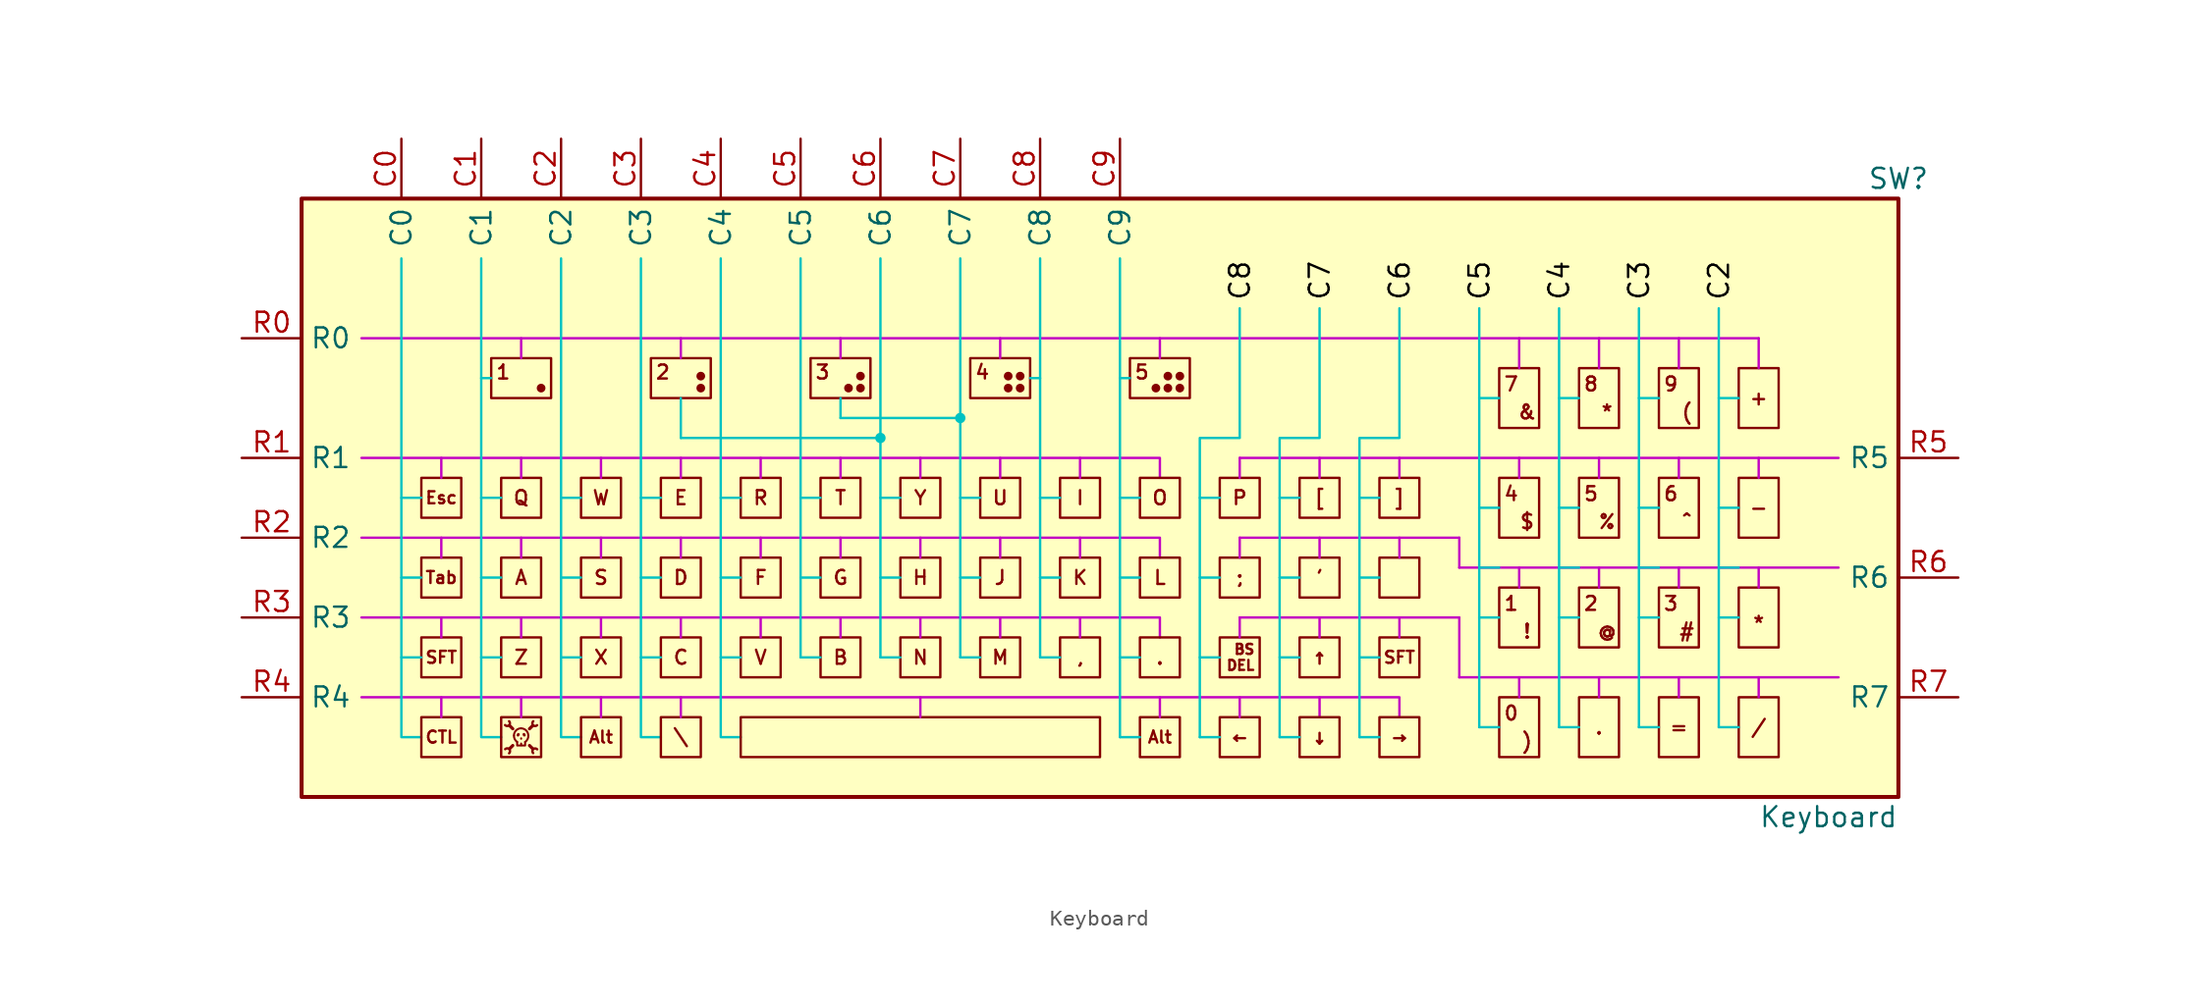
<source format=kicad_sym>
(kicad_symbol_lib
  (version 20241209)
  (generator "kicad_symbol_editor")
  (generator_version "9.0")
  (symbol "Keyboard"
    (property "Reference" "SW"
      (at 50.8 20.32 0)
      (effects (font (size 1.27 1.27))))
    (property "Value" "Keyboard"
      (at 46.355 -20.32 0)
      (effects (font (size 1.27 1.27))))
    (symbol "Keyboard_0_0"
      (pin bidirectional line (at -54.61 10.16 0) (length 3.81) (name "R0" (effects (font (size 1.27 1.27)))) (number "R0" (effects (font (size 1.27 1.27)))))
      (pin bidirectional line (at -54.61 2.54 0) (length 3.81) (name "R1" (effects (font (size 1.27 1.27)))) (number "R1" (effects (font (size 1.27 1.27)))))
      (pin bidirectional line (at -54.61 -2.54 0) (length 3.81) (name "R2" (effects (font (size 1.27 1.27)))) (number "R2" (effects (font (size 1.27 1.27)))))
      (pin bidirectional line (at -54.61 -7.62 0) (length 3.81) (name "R3" (effects (font (size 1.27 1.27)))) (number "R3" (effects (font (size 1.27 1.27)))))
      (pin bidirectional line (at -54.61 -12.7 0) (length 3.81) (name "R4" (effects (font (size 1.27 1.27)))) (number "R4" (effects (font (size 1.27 1.27)))))
      (pin bidirectional line (at -44.45 22.86 270) (length 3.81) (name "C0" (effects (font (size 1.27 1.27)))) (number "C0" (effects (font (size 1.27 1.27)))))
      (pin bidirectional line (at -39.37 22.86 270) (length 3.81) (name "C1" (effects (font (size 1.27 1.27)))) (number "C1" (effects (font (size 1.27 1.27)))))
      (pin bidirectional line (at -34.29 22.86 270) (length 3.81) (name "C2" (effects (font (size 1.27 1.27)))) (number "C2" (effects (font (size 1.27 1.27)))))
      (pin bidirectional line (at -29.21 22.86 270) (length 3.81) (name "C3" (effects (font (size 1.27 1.27)))) (number "C3" (effects (font (size 1.27 1.27)))))
      (pin bidirectional line (at -24.13 22.86 270) (length 3.81) (name "C4" (effects (font (size 1.27 1.27)))) (number "C4" (effects (font (size 1.27 1.27)))))
      (pin bidirectional line (at -19.05 22.86 270) (length 3.81) (name "C5" (effects (font (size 1.27 1.27)))) (number "C5" (effects (font (size 1.27 1.27)))))
      (pin bidirectional line (at -13.97 22.86 270) (length 3.81) (name "C6" (effects (font (size 1.27 1.27)))) (number "C6" (effects (font (size 1.27 1.27)))))
      (pin bidirectional line (at -8.89 22.86 270) (length 3.81) (name "C7" (effects (font (size 1.27 1.27)))) (number "C7" (effects (font (size 1.27 1.27)))))
      (pin bidirectional line (at -3.81 22.86 270) (length 3.81) (name "C8" (effects (font (size 1.27 1.27)))) (number "C8" (effects (font (size 1.27 1.27)))))
      (pin bidirectional line (at 1.27 22.86 270) (length 3.81) (name "C9" (effects (font (size 1.27 1.27)))) (number "C9" (effects (font (size 1.27 1.27)))))
      (pin bidirectional line (at 54.61 2.54 180) (length 3.81) (name "R5" (effects (font (size 1.27 1.27)))) (number "R5" (effects (font (size 1.27 1.27))))))
    (symbol "Keyboard_0_1"
      (arc (start -37.5969 -14.2265) (mid -37.5974 -14.4833) (end -37.854 -14.472) (stroke (width 0) (type default)) (fill (type none)))
      (arc (start -37.8472 -16.0057) (mid -37.5904 -16.0062) (end -37.6017 -16.2628) (stroke (width 0) (type default)) (fill (type none)))
      (polyline (pts (xy -37.567 -15.977) (xy -37.363 -15.773)) (stroke (width 0.203) (type default)) (fill (type none)))
      (polyline (pts (xy -37.363 -14.707) (xy -37.567 -14.503)) (stroke (width 0.203) (type default)) (fill (type none)))
      (polyline (pts (xy -36.576 -15.545) (xy -36.576 -15.773) (xy -37.084 -15.773) (xy -37.084 -15.545)) (stroke (width 0.127) (type default)) (fill (type none)))
      (polyline (pts (xy -36.297 -14.707) (xy -36.093 -14.503)) (stroke (width 0.203) (type default)) (fill (type none)))
      (polyline (pts (xy -36.093 -15.977) (xy -36.297 -15.773)) (stroke (width 0.203) (type default)) (fill (type none)))
      (arc (start -35.814 -14.478) (mid -36.0708 -14.4775) (end -36.0595 -14.2209) (stroke (width 0) (type default)) (fill (type none)))
      (arc (start -36.0643 -16.2572) (mid -36.0638 -16.0004) (end -35.8072 -16.0117) (stroke (width 0) (type default)) (fill (type none))))
    (symbol "Keyboard_1_0"
      (polyline (pts (xy 19.787 -5.499) (xy 18.919 -5.499) (xy 18.919 -5.807) (xy 18.31 -5.2) (xy 18.466 -5.2) (xy 18.818 -5.551) (xy 18.818 -5.379) (xy 19.689 -5.379) (xy 19.689 -4.465) (xy 19.326 -4.465) (xy 19.326 -5.02) (xy 18.818 -5.02) (xy 18.818 -4.848) (xy 18.466 -5.2) (xy 18.31 -5.2) (xy 18.917 -4.592) (xy 18.917 -4.901) (xy 19.226 -4.901) (xy 19.226 -4.346) (xy 19.787 -4.346) (xy 19.787 -5.499)) (stroke (width -0.0001) (type solid)) (fill (type color) (color 132 0 0 1)))
      (pin bidirectional line (at 54.61 -5.08 180) (length 3.81) (name "R6" (effects (font (size 1.27 1.27)))) (number "R6" (effects (font (size 1.27 1.27)))))
      (pin bidirectional line (at 54.61 -12.7 180) (length 3.81) (name "R7" (effects (font (size 1.27 1.27)))) (number "R7" (effects (font (size 1.27 1.27))))))
    (symbol "Keyboard_1_1"
      (rectangle (start -50.8 19.05) (end 50.8 -19.05) (stroke (width 0.254) (type solid)) (fill (type background)))
      (polyline (pts (xy -46.99 10.16) (xy 41.91 10.16)) (stroke (width 0) (type default) (color 194 0 194 1)) (fill (type none)))
      (polyline (pts (xy -46.99 2.54) (xy 3.81 2.54) (xy 3.81 1.27)) (stroke (width 0) (type default) (color 194 0 194 1)) (fill (type none)))
      (polyline (pts (xy -46.99 -2.54) (xy 3.81 -2.54) (xy 3.81 -3.81)) (stroke (width 0) (type default) (color 194 0 194 1)) (fill (type none)))
      (polyline (pts (xy -46.99 -7.62) (xy 3.81 -7.62) (xy 3.81 -8.89)) (stroke (width 0) (type default) (color 194 0 194 1)) (fill (type none)))
      (polyline (pts (xy -46.99 -12.7) (xy 13.97 -12.7) (xy 13.97 -13.97)) (stroke (width 0) (type default) (color 194 0 194 1)) (fill (type none)))
      (polyline (pts (xy -44.45 15.24) (xy -44.45 -15.24) (xy -43.18 -15.24)) (stroke (width 0) (type default) (color 0 194 194 1)) (fill (type none)))
      (rectangle (start -43.18 1.27) (end -40.64 -1.27) (stroke (width 0) (type default)) (fill (type none)))
      (polyline (pts (xy -43.18 0) (xy -44.45 0)) (stroke (width 0) (type default) (color 0 194 194 1)) (fill (type none)))
      (rectangle (start -43.18 -3.81) (end -40.64 -6.35) (stroke (width 0) (type default)) (fill (type none)))
      (polyline (pts (xy -43.18 -5.08) (xy -44.45 -5.08)) (stroke (width 0) (type default) (color 0 194 194 1)) (fill (type none)))
      (rectangle (start -43.18 -8.89) (end -40.64 -11.43) (stroke (width 0) (type default)) (fill (type none)))
      (polyline (pts (xy -43.18 -10.16) (xy -44.45 -10.16)) (stroke (width 0) (type default) (color 0 194 194 1)) (fill (type none)))
      (rectangle (start -43.18 -13.97) (end -40.64 -16.51) (stroke (width 0) (type default)) (fill (type none)))
      (polyline (pts (xy -41.91 1.27) (xy -41.91 2.54)) (stroke (width 0) (type default) (color 194 0 194 1)) (fill (type none)))
      (polyline (pts (xy -41.91 -3.81) (xy -41.91 -2.54)) (stroke (width 0) (type default) (color 194 0 194 1)) (fill (type none)))
      (polyline (pts (xy -41.91 -8.89) (xy -41.91 -7.62)) (stroke (width 0) (type default) (color 194 0 194 1)) (fill (type none)))
      (polyline (pts (xy -41.91 -13.97) (xy -41.91 -12.7)) (stroke (width 0) (type default) (color 194 0 194 1)) (fill (type none)))
      (polyline (pts (xy -39.37 15.24) (xy -39.37 -15.24) (xy -38.1 -15.24)) (stroke (width 0) (type default) (color 0 194 194 1)) (fill (type none)))
      (rectangle (start -38.735 8.89) (end -34.925 6.35) (stroke (width 0) (type default)) (fill (type none)))
      (polyline (pts (xy -38.735 7.62) (xy -39.37 7.62)) (stroke (width 0) (type default) (color 0 194 194 1)) (fill (type none)))
      (rectangle (start -38.1 1.27) (end -35.56 -1.27) (stroke (width 0) (type default)) (fill (type none)))
      (polyline (pts (xy -38.1 0) (xy -39.37 0)) (stroke (width 0) (type default) (color 0 194 194 1)) (fill (type none)))
      (rectangle (start -38.1 -3.81) (end -35.56 -6.35) (stroke (width 0) (type default)) (fill (type none)))
      (polyline (pts (xy -38.1 -5.08) (xy -39.37 -5.08)) (stroke (width 0) (type default) (color 0 194 194 1)) (fill (type none)))
      (rectangle (start -38.1 -8.89) (end -35.56 -11.43) (stroke (width 0) (type default)) (fill (type none)))
      (polyline (pts (xy -38.1 -10.16) (xy -39.37 -10.16)) (stroke (width 0) (type default) (color 0 194 194 1)) (fill (type none)))
      (rectangle (start -38.1 -13.97) (end -35.56 -16.51) (stroke (width 0) (type default)) (fill (type none)))
      (polyline (pts (xy -37.033 -15.113) (xy -37.008 -15.062)) (stroke (width 0.178) (type default)) (fill (type none)))
      (arc (start -37.084 -15.5448) (mid -37.2396 -15.3686) (end -37.2872 -15.1384) (stroke (width 0.127) (type default)) (fill (type none)))
      (polyline (pts (xy -36.83 8.89) (xy -36.83 10.16)) (stroke (width 0) (type default) (color 194 0 194 1)) (fill (type none)))
      (polyline (pts (xy -36.83 1.27) (xy -36.83 2.54)) (stroke (width 0) (type default) (color 194 0 194 1)) (fill (type none)))
      (polyline (pts (xy -36.83 -3.81) (xy -36.83 -2.54)) (stroke (width 0) (type default) (color 194 0 194 1)) (fill (type none)))
      (polyline (pts (xy -36.83 -8.89) (xy -36.83 -7.62)) (stroke (width 0) (type default) (color 194 0 194 1)) (fill (type none)))
      (polyline (pts (xy -36.83 -13.97) (xy -36.83 -12.7)) (stroke (width 0) (type default) (color 194 0 194 1)) (fill (type none)))
      (arc (start -37.2872 -15.1384) (mid -37.1533 -14.8151) (end -36.83 -14.6812) (stroke (width 0.127) (type default)) (fill (type none)))
      (arc (start -36.83 -14.6812) (mid -36.5067 -14.8151) (end -36.3728 -15.1384) (stroke (width 0.127) (type default)) (fill (type none)))
      (polyline (pts (xy -36.83 -15.342) (xy -36.83 -15.316)) (stroke (width 0.127) (type default)) (fill (type none)))
      (polyline (pts (xy -36.83 -15.748) (xy -36.83 -15.646)) (stroke (width 0.127) (type default)) (fill (type none)))
      (arc (start -36.3728 -15.1384) (mid -36.4204 -15.3686) (end -36.576 -15.5448) (stroke (width 0.127) (type default)) (fill (type none)))
      (polyline (pts (xy -36.627 -15.113) (xy -36.652 -15.062)) (stroke (width 0.178) (type default)) (fill (type none)))
      (circle (center -35.56 6.985) (radius 0.203) (stroke (width 0) (type solid)) (fill (type outline)))
      (polyline (pts (xy -34.29 15.24) (xy -34.29 -15.24) (xy -33.02 -15.24)) (stroke (width 0) (type default) (color 0 194 194 1)) (fill (type none)))
      (rectangle (start -33.02 1.27) (end -30.48 -1.27) (stroke (width 0) (type default)) (fill (type none)))
      (polyline (pts (xy -33.02 0) (xy -34.29 0)) (stroke (width 0) (type default) (color 0 194 194 1)) (fill (type none)))
      (rectangle (start -33.02 -3.81) (end -30.48 -6.35) (stroke (width 0) (type default)) (fill (type none)))
      (polyline (pts (xy -33.02 -5.08) (xy -34.29 -5.08)) (stroke (width 0) (type default) (color 0 194 194 1)) (fill (type none)))
      (rectangle (start -33.02 -8.89) (end -30.48 -11.43) (stroke (width 0) (type default)) (fill (type none)))
      (polyline (pts (xy -33.02 -10.16) (xy -34.29 -10.16)) (stroke (width 0) (type default) (color 0 194 194 1)) (fill (type none)))
      (rectangle (start -33.02 -13.97) (end -30.48 -16.51) (stroke (width 0) (type default)) (fill (type none)))
      (polyline (pts (xy -31.75 1.27) (xy -31.75 2.54)) (stroke (width 0) (type default) (color 194 0 194 1)) (fill (type none)))
      (polyline (pts (xy -31.75 -3.81) (xy -31.75 -2.54)) (stroke (width 0) (type default) (color 194 0 194 1)) (fill (type none)))
      (polyline (pts (xy -31.75 -8.89) (xy -31.75 -7.62)) (stroke (width 0) (type default) (color 194 0 194 1)) (fill (type none)))
      (polyline (pts (xy -31.75 -13.97) (xy -31.75 -12.7)) (stroke (width 0) (type default) (color 194 0 194 1)) (fill (type none)))
      (polyline (pts (xy -29.21 15.24) (xy -29.21 -15.24) (xy -27.94 -15.24)) (stroke (width 0) (type default) (color 0 194 194 1)) (fill (type none)))
      (rectangle (start -28.575 8.89) (end -24.765 6.35) (stroke (width 0) (type default)) (fill (type none)))
      (rectangle (start -27.94 1.27) (end -25.4 -1.27) (stroke (width 0) (type default)) (fill (type none)))
      (polyline (pts (xy -27.94 0) (xy -29.21 0)) (stroke (width 0) (type default) (color 0 194 194 1)) (fill (type none)))
      (rectangle (start -27.94 -3.81) (end -25.4 -6.35) (stroke (width 0) (type default)) (fill (type none)))
      (polyline (pts (xy -27.94 -5.08) (xy -29.21 -5.08)) (stroke (width 0) (type default) (color 0 194 194 1)) (fill (type none)))
      (rectangle (start -27.94 -8.89) (end -25.4 -11.43) (stroke (width 0) (type default)) (fill (type none)))
      (polyline (pts (xy -27.94 -10.16) (xy -29.21 -10.16)) (stroke (width 0) (type default) (color 0 194 194 1)) (fill (type none)))
      (rectangle (start -27.94 -13.97) (end -25.4 -16.51) (stroke (width 0) (type default)) (fill (type none)))
      (polyline (pts (xy -26.67 8.89) (xy -26.67 10.16)) (stroke (width 0) (type default) (color 194 0 194 1)) (fill (type none)))
      (polyline (pts (xy -26.67 3.81) (xy -26.67 6.35)) (stroke (width 0) (type default) (color 0 194 194 1)) (fill (type none)))
      (polyline (pts (xy -26.67 1.27) (xy -26.67 2.54)) (stroke (width 0) (type default) (color 194 0 194 1)) (fill (type none)))
      (polyline (pts (xy -26.67 -3.81) (xy -26.67 -2.54)) (stroke (width 0) (type default) (color 194 0 194 1)) (fill (type none)))
      (polyline (pts (xy -26.67 -8.89) (xy -26.67 -7.62)) (stroke (width 0) (type default) (color 194 0 194 1)) (fill (type none)))
      (polyline (pts (xy -26.67 -13.97) (xy -26.67 -12.7)) (stroke (width 0) (type default) (color 194 0 194 1)) (fill (type none)))
      (circle (center -25.4 7.747) (radius 0.203) (stroke (width 0) (type solid)) (fill (type outline)))
      (circle (center -25.4 6.985) (radius 0.203) (stroke (width 0) (type solid)) (fill (type outline)))
      (polyline (pts (xy -24.13 15.24) (xy -24.13 -15.24) (xy -22.86 -15.24)) (stroke (width 0) (type default) (color 0 194 194 1)) (fill (type none)))
      (rectangle (start -22.86 1.27) (end -20.32 -1.27) (stroke (width 0) (type default)) (fill (type none)))
      (polyline (pts (xy -22.86 0) (xy -24.13 0)) (stroke (width 0) (type default) (color 0 194 194 1)) (fill (type none)))
      (rectangle (start -22.86 -3.81) (end -20.32 -6.35) (stroke (width 0) (type default)) (fill (type none)))
      (polyline (pts (xy -22.86 -5.08) (xy -24.13 -5.08)) (stroke (width 0) (type default) (color 0 194 194 1)) (fill (type none)))
      (rectangle (start -22.86 -8.89) (end -20.32 -11.43) (stroke (width 0) (type default)) (fill (type none)))
      (polyline (pts (xy -22.86 -10.16) (xy -24.13 -10.16)) (stroke (width 0) (type default) (color 0 194 194 1)) (fill (type none)))
      (rectangle (start -22.86 -13.97) (end 0 -16.51) (stroke (width 0) (type default)) (fill (type none)))
      (polyline (pts (xy -21.59 1.27) (xy -21.59 2.54)) (stroke (width 0) (type default) (color 194 0 194 1)) (fill (type none)))
      (polyline (pts (xy -21.59 -3.81) (xy -21.59 -2.54)) (stroke (width 0) (type default) (color 194 0 194 1)) (fill (type none)))
      (polyline (pts (xy -21.59 -8.89) (xy -21.59 -7.62)) (stroke (width 0) (type default) (color 194 0 194 1)) (fill (type none)))
      (polyline (pts (xy -19.05 15.24) (xy -19.05 -10.16)) (stroke (width 0) (type default) (color 0 194 194 1)) (fill (type none)))
      (rectangle (start -18.415 8.89) (end -14.605 6.35) (stroke (width 0) (type default)) (fill (type none)))
      (rectangle (start -17.78 1.27) (end -15.24 -1.27) (stroke (width 0) (type default)) (fill (type none)))
      (polyline (pts (xy -17.78 0) (xy -19.05 0)) (stroke (width 0) (type default) (color 0 194 194 1)) (fill (type none)))
      (rectangle (start -17.78 -3.81) (end -15.24 -6.35) (stroke (width 0) (type default)) (fill (type none)))
      (polyline (pts (xy -17.78 -5.08) (xy -19.05 -5.08)) (stroke (width 0) (type default) (color 0 194 194 1)) (fill (type none)))
      (rectangle (start -17.78 -8.89) (end -15.24 -11.43) (stroke (width 0) (type default)) (fill (type none)))
      (polyline (pts (xy -17.78 -10.16) (xy -19.05 -10.16)) (stroke (width 0) (type default) (color 0 194 194 1)) (fill (type none)))
      (polyline (pts (xy -16.51 8.89) (xy -16.51 10.16)) (stroke (width 0) (type default) (color 194 0 194 1)) (fill (type none)))
      (polyline (pts (xy -16.51 6.35) (xy -16.51 5.08)) (stroke (width 0) (type default) (color 0 194 194 1)) (fill (type none)))
      (polyline (pts (xy -16.51 5.08) (xy -8.89 5.08)) (stroke (width 0) (type default) (color 0 194 194 1)) (fill (type none)))
      (polyline (pts (xy -16.51 1.27) (xy -16.51 2.54)) (stroke (width 0) (type default) (color 194 0 194 1)) (fill (type none)))
      (polyline (pts (xy -16.51 -3.81) (xy -16.51 -2.54)) (stroke (width 0) (type default) (color 194 0 194 1)) (fill (type none)))
      (polyline (pts (xy -16.51 -8.89) (xy -16.51 -7.62)) (stroke (width 0) (type default) (color 194 0 194 1)) (fill (type none)))
      (circle (center -16.002 6.985) (radius 0.203) (stroke (width 0) (type solid)) (fill (type outline)))
      (circle (center -15.24 7.747) (radius 0.203) (stroke (width 0) (type solid)) (fill (type outline)))
      (circle (center -15.24 6.985) (radius 0.203) (stroke (width 0) (type solid)) (fill (type outline)))
      (polyline (pts (xy -13.97 15.24) (xy -13.97 -10.16)) (stroke (width 0) (type default) (color 0 194 194 1)) (fill (type none)))
      (circle (center -13.97 3.81) (radius 0.254) (stroke (width 0) (type solid) (color 0 194 194 1)) (fill (type outline)))
      (polyline (pts (xy -13.97 3.81) (xy -26.67 3.81)) (stroke (width 0) (type default) (color 0 194 194 1)) (fill (type none)))
      (rectangle (start -12.7 1.27) (end -10.16 -1.27) (stroke (width 0) (type default)) (fill (type none)))
      (polyline (pts (xy -12.7 0) (xy -13.97 0)) (stroke (width 0) (type default) (color 0 194 194 1)) (fill (type none)))
      (rectangle (start -12.7 -3.81) (end -10.16 -6.35) (stroke (width 0) (type default)) (fill (type none)))
      (polyline (pts (xy -12.7 -5.08) (xy -13.97 -5.08)) (stroke (width 0) (type default) (color 0 194 194 1)) (fill (type none)))
      (rectangle (start -12.7 -8.89) (end -10.16 -11.43) (stroke (width 0) (type default)) (fill (type none)))
      (polyline (pts (xy -12.7 -10.16) (xy -13.97 -10.16)) (stroke (width 0) (type default) (color 0 194 194 1)) (fill (type none)))
      (polyline (pts (xy -11.43 1.27) (xy -11.43 2.54)) (stroke (width 0) (type default) (color 194 0 194 1)) (fill (type none)))
      (polyline (pts (xy -11.43 -3.81) (xy -11.43 -2.54)) (stroke (width 0) (type default) (color 194 0 194 1)) (fill (type none)))
      (polyline (pts (xy -11.43 -8.89) (xy -11.43 -7.62)) (stroke (width 0) (type default) (color 194 0 194 1)) (fill (type none)))
      (polyline (pts (xy -11.43 -13.97) (xy -11.43 -12.7)) (stroke (width 0) (type default) (color 194 0 194 1)) (fill (type none)))
      (polyline (pts (xy -8.89 15.24) (xy -8.89 -10.16)) (stroke (width 0) (type default) (color 0 194 194 1)) (fill (type none)))
      (circle (center -8.89 5.08) (radius 0.254) (stroke (width 0) (type solid) (color 0 194 194 1)) (fill (type outline)))
      (rectangle (start -8.255 8.89) (end -4.445 6.35) (stroke (width 0) (type default)) (fill (type none)))
      (rectangle (start -7.62 1.27) (end -5.08 -1.27) (stroke (width 0) (type default)) (fill (type none)))
      (polyline (pts (xy -7.62 0) (xy -8.89 0)) (stroke (width 0) (type default) (color 0 194 194 1)) (fill (type none)))
      (rectangle (start -7.62 -3.81) (end -5.08 -6.35) (stroke (width 0) (type default)) (fill (type none)))
      (polyline (pts (xy -7.62 -5.08) (xy -8.89 -5.08)) (stroke (width 0) (type default) (color 0 194 194 1)) (fill (type none)))
      (rectangle (start -7.62 -8.89) (end -5.08 -11.43) (stroke (width 0) (type default)) (fill (type none)))
      (polyline (pts (xy -7.62 -10.16) (xy -8.89 -10.16)) (stroke (width 0) (type default) (color 0 194 194 1)) (fill (type none)))
      (polyline (pts (xy -6.35 8.89) (xy -6.35 10.16)) (stroke (width 0) (type default) (color 194 0 194 1)) (fill (type none)))
      (polyline (pts (xy -6.35 1.27) (xy -6.35 2.54)) (stroke (width 0) (type default) (color 194 0 194 1)) (fill (type none)))
      (polyline (pts (xy -6.35 -3.81) (xy -6.35 -2.54)) (stroke (width 0) (type default) (color 194 0 194 1)) (fill (type none)))
      (polyline (pts (xy -6.35 -8.89) (xy -6.35 -7.62)) (stroke (width 0) (type default) (color 194 0 194 1)) (fill (type none)))
      (circle (center -5.842 7.747) (radius 0.203) (stroke (width 0) (type solid)) (fill (type outline)))
      (circle (center -5.842 6.985) (radius 0.203) (stroke (width 0) (type solid)) (fill (type outline)))
      (circle (center -5.08 7.747) (radius 0.203) (stroke (width 0) (type solid)) (fill (type outline)))
      (circle (center -5.08 6.985) (radius 0.203) (stroke (width 0) (type solid)) (fill (type outline)))
      (polyline (pts (xy -4.445 7.62) (xy -3.81 7.62)) (stroke (width 0) (type default) (color 0 194 194 1)) (fill (type none)))
      (polyline (pts (xy -3.81 15.24) (xy -3.81 -10.16)) (stroke (width 0) (type default) (color 0 194 194 1)) (fill (type none)))
      (rectangle (start -2.54 1.27) (end 0 -1.27) (stroke (width 0) (type default)) (fill (type none)))
      (polyline (pts (xy -2.54 0) (xy -3.81 0)) (stroke (width 0) (type default) (color 0 194 194 1)) (fill (type none)))
      (rectangle (start -2.54 -3.81) (end 0 -6.35) (stroke (width 0) (type default)) (fill (type none)))
      (polyline (pts (xy -2.54 -5.08) (xy -3.81 -5.08)) (stroke (width 0) (type default) (color 0 194 194 1)) (fill (type none)))
      (rectangle (start -2.54 -8.89) (end 0 -11.43) (stroke (width 0) (type default)) (fill (type none)))
      (polyline (pts (xy -2.54 -10.16) (xy -3.81 -10.16)) (stroke (width 0) (type default) (color 0 194 194 1)) (fill (type none)))
      (polyline (pts (xy -1.27 1.27) (xy -1.27 2.54)) (stroke (width 0) (type default) (color 194 0 194 1)) (fill (type none)))
      (polyline (pts (xy -1.27 -3.81) (xy -1.27 -2.54)) (stroke (width 0) (type default) (color 194 0 194 1)) (fill (type none)))
      (polyline (pts (xy -1.27 -8.89) (xy -1.27 -7.62)) (stroke (width 0) (type default) (color 194 0 194 1)) (fill (type none)))
      (polyline (pts (xy 1.27 15.24) (xy 1.27 -15.24)) (stroke (width 0) (type default) (color 0 194 194 1)) (fill (type none)))
      (rectangle (start 1.905 8.89) (end 5.715 6.35) (stroke (width 0) (type default)) (fill (type none)))
      (polyline (pts (xy 1.905 7.62) (xy 1.27 7.62)) (stroke (width 0) (type default) (color 0 194 194 1)) (fill (type none)))
      (rectangle (start 2.54 1.27) (end 5.08 -1.27) (stroke (width 0) (type default)) (fill (type none)))
      (polyline (pts (xy 2.54 0) (xy 1.27 0)) (stroke (width 0) (type default) (color 0 194 194 1)) (fill (type none)))
      (rectangle (start 2.54 -3.81) (end 5.08 -6.35) (stroke (width 0) (type default)) (fill (type none)))
      (polyline (pts (xy 2.54 -5.08) (xy 1.27 -5.08)) (stroke (width 0) (type default) (color 0 194 194 1)) (fill (type none)))
      (rectangle (start 2.54 -8.89) (end 5.08 -11.43) (stroke (width 0) (type default)) (fill (type none)))
      (polyline (pts (xy 2.54 -10.16) (xy 1.27 -10.16)) (stroke (width 0) (type default) (color 0 194 194 1)) (fill (type none)))
      (rectangle (start 2.54 -13.97) (end 5.08 -16.51) (stroke (width 0) (type default)) (fill (type none)))
      (polyline (pts (xy 2.54 -15.24) (xy 1.27 -15.24)) (stroke (width 0) (type default) (color 0 194 194 1)) (fill (type none)))
      (circle (center 3.556 6.985) (radius 0.203) (stroke (width 0) (type solid)) (fill (type outline)))
      (polyline (pts (xy 3.81 8.89) (xy 3.81 10.16)) (stroke (width 0) (type default) (color 194 0 194 1)) (fill (type none)))
      (polyline (pts (xy 3.81 -13.97) (xy 3.81 -12.7)) (stroke (width 0) (type default) (color 194 0 194 1)) (fill (type none)))
      (circle (center 4.318 7.747) (radius 0.203) (stroke (width 0) (type solid)) (fill (type outline)))
      (circle (center 4.318 6.985) (radius 0.203) (stroke (width 0) (type solid)) (fill (type outline)))
      (circle (center 5.08 7.747) (radius 0.203) (stroke (width 0) (type solid)) (fill (type outline)))
      (circle (center 5.08 6.985) (radius 0.203) (stroke (width 0) (type solid)) (fill (type outline)))
      (rectangle (start 7.62 1.27) (end 10.16 -1.27) (stroke (width 0) (type default)) (fill (type none)))
      (polyline (pts (xy 7.62 0) (xy 6.35 0)) (stroke (width 0) (type default) (color 0 194 194 1)) (fill (type none)))
      (rectangle (start 7.62 -3.81) (end 10.16 -6.35) (stroke (width 0) (type default)) (fill (type none)))
      (polyline (pts (xy 7.62 -5.08) (xy 6.35 -5.08)) (stroke (width 0) (type default) (color 0 194 194 1)) (fill (type none)))
      (rectangle (start 7.62 -8.89) (end 10.16 -11.43) (stroke (width 0) (type default)) (fill (type none)))
      (polyline (pts (xy 7.62 -10.16) (xy 6.35 -10.16)) (stroke (width 0) (type default) (color 0 194 194 1)) (fill (type none)))
      (rectangle (start 7.62 -13.97) (end 10.16 -16.51) (stroke (width 0) (type default)) (fill (type none)))
      (polyline (pts (xy 7.62 -15.24) (xy 6.35 -15.24)) (stroke (width 0) (type default) (color 0 194 194 1)) (fill (type none)))
      (polyline (pts (xy 8.89 12.065) (xy 8.89 3.81) (xy 6.35 3.81) (xy 6.35 -15.24)) (stroke (width 0) (type default) (color 0 194 194 1)) (fill (type none)))
      (polyline (pts (xy 8.89 2.54) (xy 46.99 2.54)) (stroke (width 0) (type default) (color 194 0 194 1)) (fill (type none)))
      (polyline (pts (xy 8.89 1.27) (xy 8.89 2.54)) (stroke (width 0) (type default) (color 194 0 194 1)) (fill (type none)))
      (polyline (pts (xy 8.89 -2.54) (xy 22.86 -2.54)) (stroke (width 0) (type default) (color 194 0 194 1)) (fill (type none)))
      (polyline (pts (xy 8.89 -3.81) (xy 8.89 -2.54)) (stroke (width 0) (type default) (color 194 0 194 1)) (fill (type none)))
      (polyline (pts (xy 8.89 -7.62) (xy 22.86 -7.62)) (stroke (width 0) (type default) (color 194 0 194 1)) (fill (type none)))
      (polyline (pts (xy 8.89 -8.89) (xy 8.89 -7.62)) (stroke (width 0) (type default) (color 194 0 194 1)) (fill (type none)))
      (polyline (pts (xy 8.89 -13.97) (xy 8.89 -12.7)) (stroke (width 0) (type default) (color 194 0 194 1)) (fill (type none)))
      (rectangle (start 12.7 1.27) (end 15.24 -1.27) (stroke (width 0) (type default)) (fill (type none)))
      (polyline (pts (xy 12.7 0) (xy 11.43 0)) (stroke (width 0) (type default) (color 0 194 194 1)) (fill (type none)))
      (rectangle (start 12.7 -3.81) (end 15.24 -6.35) (stroke (width 0) (type default)) (fill (type none)))
      (polyline (pts (xy 12.7 -5.08) (xy 11.43 -5.08)) (stroke (width 0) (type default) (color 0 194 194 1)) (fill (type none)))
      (rectangle (start 12.7 -8.89) (end 15.24 -11.43) (stroke (width 0) (type default)) (fill (type none)))
      (polyline (pts (xy 12.7 -10.16) (xy 11.43 -10.16)) (stroke (width 0) (type default) (color 0 194 194 1)) (fill (type none)))
      (rectangle (start 12.7 -13.97) (end 15.24 -16.51) (stroke (width 0) (type default)) (fill (type none)))
      (polyline (pts (xy 12.7 -15.24) (xy 11.43 -15.24)) (stroke (width 0) (type default) (color 0 194 194 1)) (fill (type none)))
      (polyline (pts (xy 13.97 12.065) (xy 13.97 3.81) (xy 11.43 3.81) (xy 11.43 -15.24)) (stroke (width 0) (type default) (color 0 194 194 1)) (fill (type none)))
      (polyline (pts (xy 13.97 1.27) (xy 13.97 2.54)) (stroke (width 0) (type default) (color 194 0 194 1)) (fill (type none)))
      (polyline (pts (xy 13.97 -3.81) (xy 13.97 -2.54)) (stroke (width 0) (type default) (color 194 0 194 1)) (fill (type none)))
      (polyline (pts (xy 13.97 -8.89) (xy 13.97 -7.62)) (stroke (width 0) (type default) (color 194 0 194 1)) (fill (type none)))
      (polyline (pts (xy 13.97 -12.7) (xy 19.05 -12.7) (xy 19.05 -13.97)) (stroke (width 0) (type default) (color 194 0 194 1)) (fill (type none)))
      (rectangle (start 17.78 1.27) (end 20.32 -1.27) (stroke (width 0) (type default)) (fill (type none)))
      (polyline (pts (xy 17.78 0) (xy 16.51 0)) (stroke (width 0) (type default) (color 0 194 194 1)) (fill (type none)))
      (rectangle (start 17.78 -3.81) (end 20.32 -6.35) (stroke (width 0) (type default)) (fill (type none)))
      (polyline (pts (xy 17.78 -5.08) (xy 16.51 -5.08)) (stroke (width 0) (type default) (color 0 194 194 1)) (fill (type none)))
      (rectangle (start 17.78 -8.89) (end 20.32 -11.43) (stroke (width 0) (type default)) (fill (type none)))
      (polyline (pts (xy 17.78 -10.16) (xy 16.51 -10.16)) (stroke (width 0) (type default) (color 0 194 194 1)) (fill (type none)))
      (rectangle (start 17.78 -13.97) (end 20.32 -16.51) (stroke (width 0) (type default)) (fill (type none)))
      (polyline (pts (xy 17.78 -15.24) (xy 16.51 -15.24)) (stroke (width 0) (type default) (color 0 194 194 1)) (fill (type none)))
      (polyline (pts (xy 19.05 12.065) (xy 19.05 3.81) (xy 16.51 3.81) (xy 16.51 -15.24)) (stroke (width 0) (type default) (color 0 194 194 1)) (fill (type none)))
      (polyline (pts (xy 19.05 1.27) (xy 19.05 2.54)) (stroke (width 0) (type default) (color 194 0 194 1)) (fill (type none)))
      (polyline (pts (xy 19.05 -3.81) (xy 19.05 -2.54)) (stroke (width 0) (type default) (color 194 0 194 1)) (fill (type none)))
      (polyline (pts (xy 19.05 -8.89) (xy 19.05 -7.62)) (stroke (width 0) (type default) (color 194 0 194 1)) (fill (type none)))
      (polyline (pts (xy 22.86 -4.445) (xy 22.86 -2.54)) (stroke (width 0) (type default) (color 194 0 194 1)) (fill (type none)))
      (polyline (pts (xy 22.86 -4.445) (xy 46.99 -4.445)) (stroke (width 0) (type default) (color 194 0 194 1)) (fill (type none)))
      (polyline (pts (xy 22.86 -11.43) (xy 22.86 -7.62)) (stroke (width 0) (type default) (color 194 0 194 1)) (fill (type none)))
      (polyline (pts (xy 22.86 -11.43) (xy 46.99 -11.43)) (stroke (width 0) (type default) (color 194 0 194 1)) (fill (type none)))
      (polyline (pts (xy 24.13 12.065) (xy 24.13 -14.605)) (stroke (width 0) (type default) (color 0 194 194 1)) (fill (type none)))
      (rectangle (start 25.4 8.255) (end 27.94 4.445) (stroke (width 0) (type default)) (fill (type none)))
      (polyline (pts (xy 25.4 6.35) (xy 24.13 6.35)) (stroke (width 0) (type default) (color 0 194 194 1)) (fill (type none)))
      (rectangle (start 25.4 1.27) (end 27.94 -2.54) (stroke (width 0) (type default)) (fill (type none)))
      (polyline (pts (xy 25.4 -0.635) (xy 24.13 -0.635)) (stroke (width 0) (type default) (color 0 194 194 1)) (fill (type none)))
      (polyline (pts (xy 25.4 -4.445) (xy 24.13 -4.445)) (stroke (width 0) (type default) (color 0 194 194 1)) (fill (type none)))
      (rectangle (start 25.4 -5.715) (end 27.94 -9.525) (stroke (width 0) (type default)) (fill (type none)))
      (polyline (pts (xy 25.4 -7.62) (xy 24.13 -7.62)) (stroke (width 0) (type default) (color 0 194 194 1)) (fill (type none)))
      (rectangle (start 25.4 -12.7) (end 27.94 -16.51) (stroke (width 0) (type default)) (fill (type none)))
      (polyline (pts (xy 25.4 -14.605) (xy 24.13 -14.605)) (stroke (width 0) (type default) (color 0 194 194 1)) (fill (type none)))
      (polyline (pts (xy 26.67 8.255) (xy 26.67 10.16)) (stroke (width 0) (type default) (color 194 0 194 1)) (fill (type none)))
      (polyline (pts (xy 26.67 1.27) (xy 26.67 2.54)) (stroke (width 0) (type default) (color 194 0 194 1)) (fill (type none)))
      (polyline (pts (xy 26.67 -5.715) (xy 26.67 -4.445)) (stroke (width 0) (type default) (color 194 0 194 1)) (fill (type none)))
      (polyline (pts (xy 26.67 -12.7) (xy 26.67 -11.43)) (stroke (width 0) (type default) (color 194 0 194 1)) (fill (type none)))
      (polyline (pts (xy 29.21 12.065) (xy 29.21 -14.605)) (stroke (width 0) (type default) (color 0 194 194 1)) (fill (type none)))
      (rectangle (start 30.48 8.255) (end 33.02 4.445) (stroke (width 0) (type default)) (fill (type none)))
      (polyline (pts (xy 30.48 6.35) (xy 29.21 6.35)) (stroke (width 0) (type default) (color 0 194 194 1)) (fill (type none)))
      (rectangle (start 30.48 1.27) (end 33.02 -2.54) (stroke (width 0) (type default)) (fill (type none)))
      (polyline (pts (xy 30.48 -0.635) (xy 29.21 -0.635)) (stroke (width 0) (type default) (color 0 194 194 1)) (fill (type none)))
      (polyline (pts (xy 30.48 -4.445) (xy 29.21 -4.445)) (stroke (width 0) (type default) (color 0 194 194 1)) (fill (type none)))
      (rectangle (start 30.48 -5.715) (end 33.02 -9.525) (stroke (width 0) (type default)) (fill (type none)))
      (polyline (pts (xy 30.48 -7.62) (xy 29.21 -7.62)) (stroke (width 0) (type default) (color 0 194 194 1)) (fill (type none)))
      (rectangle (start 30.48 -12.7) (end 33.02 -16.51) (stroke (width 0) (type default)) (fill (type none)))
      (polyline (pts (xy 30.48 -14.605) (xy 29.21 -14.605)) (stroke (width 0) (type default) (color 0 194 194 1)) (fill (type none)))
      (polyline (pts (xy 31.75 8.255) (xy 31.75 10.16)) (stroke (width 0) (type default) (color 194 0 194 1)) (fill (type none)))
      (polyline (pts (xy 31.75 1.27) (xy 31.75 2.54)) (stroke (width 0) (type default) (color 194 0 194 1)) (fill (type none)))
      (polyline (pts (xy 31.75 -5.715) (xy 31.75 -4.445)) (stroke (width 0) (type default) (color 194 0 194 1)) (fill (type none)))
      (polyline (pts (xy 31.75 -12.7) (xy 31.75 -11.43)) (stroke (width 0) (type default) (color 194 0 194 1)) (fill (type none)))
      (polyline (pts (xy 34.29 12.065) (xy 34.29 -14.605)) (stroke (width 0) (type default) (color 0 194 194 1)) (fill (type none)))
      (rectangle (start 35.56 8.255) (end 38.1 4.445) (stroke (width 0) (type default)) (fill (type none)))
      (polyline (pts (xy 35.56 6.35) (xy 34.29 6.35)) (stroke (width 0) (type default) (color 0 194 194 1)) (fill (type none)))
      (rectangle (start 35.56 1.27) (end 38.1 -2.54) (stroke (width 0) (type default)) (fill (type none)))
      (polyline (pts (xy 35.56 -0.635) (xy 34.29 -0.635)) (stroke (width 0) (type default) (color 0 194 194 1)) (fill (type none)))
      (polyline (pts (xy 35.56 -4.445) (xy 34.29 -4.445)) (stroke (width 0) (type default) (color 0 194 194 1)) (fill (type none)))
      (rectangle (start 35.56 -5.715) (end 38.1 -9.525) (stroke (width 0) (type default)) (fill (type none)))
      (polyline (pts (xy 35.56 -7.62) (xy 34.29 -7.62)) (stroke (width 0) (type default) (color 0 194 194 1)) (fill (type none)))
      (rectangle (start 35.56 -12.7) (end 38.1 -16.51) (stroke (width 0) (type default)) (fill (type none)))
      (polyline (pts (xy 35.56 -14.605) (xy 34.29 -14.605)) (stroke (width 0) (type default) (color 0 194 194 1)) (fill (type none)))
      (polyline (pts (xy 36.83 8.255) (xy 36.83 10.16)) (stroke (width 0) (type default) (color 194 0 194 1)) (fill (type none)))
      (polyline (pts (xy 36.83 1.27) (xy 36.83 2.54)) (stroke (width 0) (type default) (color 194 0 194 1)) (fill (type none)))
      (polyline (pts (xy 36.83 -5.715) (xy 36.83 -4.445)) (stroke (width 0) (type default) (color 194 0 194 1)) (fill (type none)))
      (polyline (pts (xy 36.83 -12.7) (xy 36.83 -11.43)) (stroke (width 0) (type default) (color 194 0 194 1)) (fill (type none)))
      (polyline (pts (xy 39.37 12.065) (xy 39.37 -14.605)) (stroke (width 0) (type default) (color 0 194 194 1)) (fill (type none)))
      (rectangle (start 40.64 8.255) (end 43.18 4.445) (stroke (width 0) (type default)) (fill (type none)))
      (polyline (pts (xy 40.64 6.35) (xy 39.37 6.35)) (stroke (width 0) (type default) (color 0 194 194 1)) (fill (type none)))
      (rectangle (start 40.64 1.27) (end 43.18 -2.54) (stroke (width 0) (type default)) (fill (type none)))
      (polyline (pts (xy 40.64 -0.635) (xy 39.37 -0.635)) (stroke (width 0) (type default) (color 0 194 194 1)) (fill (type none)))
      (polyline (pts (xy 40.64 -4.445) (xy 39.37 -4.445)) (stroke (width 0) (type default) (color 0 194 194 1)) (fill (type none)))
      (rectangle (start 40.64 -5.715) (end 43.18 -9.525) (stroke (width 0) (type default)) (fill (type none)))
      (polyline (pts (xy 40.64 -7.62) (xy 39.37 -7.62)) (stroke (width 0) (type default) (color 0 194 194 1)) (fill (type none)))
      (rectangle (start 40.64 -12.7) (end 43.18 -16.51) (stroke (width 0) (type default)) (fill (type none)))
      (polyline (pts (xy 40.64 -14.605) (xy 39.37 -14.605)) (stroke (width 0) (type default) (color 0 194 194 1)) (fill (type none)))
      (polyline (pts (xy 41.91 8.255) (xy 41.91 10.16)) (stroke (width 0) (type default) (color 194 0 194 1)) (fill (type none)))
      (polyline (pts (xy 41.91 1.27) (xy 41.91 2.54)) (stroke (width 0) (type default) (color 194 0 194 1)) (fill (type none)))
      (polyline (pts (xy 41.91 -5.715) (xy 41.91 -4.445)) (stroke (width 0) (type default) (color 194 0 194 1)) (fill (type none)))
      (polyline (pts (xy 41.91 -12.7) (xy 41.91 -11.43)) (stroke (width 0) (type default) (color 194 0 194 1)) (fill (type none)))
      (text "Esc\n" (at -41.91 0 0) (effects (font (size 0.762 0.762))))
      (text "Tab" (at -41.91 -5.08 0) (effects (font (size 0.762 0.762))))
      (text "SFT" (at -41.91 -10.16 0) (effects (font (size 0.762 0.762))))
      (text "CTL" (at -41.91 -15.24 0) (effects (font (size 0.762 0.762))))
      (text "1" (at -37.973 8.001 0) (effects (font (size 0.889 0.889))))
      (text "Q" (at -36.83 0 0) (effects (font (size 0.889 0.889))))
      (text "A" (at -36.83 -5.08 0) (effects (font (size 0.889 0.889))))
      (text "Z" (at -36.83 -10.16 0) (effects (font (size 0.889 0.889))))
      (text "W" (at -31.75 0 0) (effects (font (size 0.889 0.889))))
      (text "S" (at -31.75 -5.08 0) (effects (font (size 0.889 0.889))))
      (text "X" (at -31.75 -10.16 0) (effects (font (size 0.889 0.889))))
      (text "Alt" (at -31.75 -15.24 0) (effects (font (size 0.762 0.762))))
      (text "2" (at -27.813 8.001 0) (effects (font (size 0.889 0.889))))
      (text "E" (at -26.67 0 0) (effects (font (size 0.889 0.889))))
      (text "D" (at -26.67 -5.08 0) (effects (font (size 0.889 0.889))))
      (text "C" (at -26.67 -10.16 0) (effects (font (size 0.889 0.889))))
      (text "\\" (at -26.67 -15.24 0) (effects (font (size 0.889 0.889))))
      (text "R" (at -21.59 0 0) (effects (font (size 0.889 0.889))))
      (text "F" (at -21.59 -5.08 0) (effects (font (size 0.889 0.889))))
      (text "V" (at -21.59 -10.16 0) (effects (font (size 0.889 0.889))))
      (text "3" (at -17.653 8.001 0) (effects (font (size 0.889 0.889))))
      (text "T" (at -16.51 0 0) (effects (font (size 0.889 0.889))))
      (text "G" (at -16.51 -5.08 0) (effects (font (size 0.889 0.889))))
      (text "B" (at -16.51 -10.16 0) (effects (font (size 0.889 0.889))))
      (text "Y" (at -11.43 0 0) (effects (font (size 0.889 0.889))))
      (text "H" (at -11.43 -5.08 0) (effects (font (size 0.889 0.889))))
      (text "N" (at -11.43 -10.16 0) (effects (font (size 0.889 0.889))))
      (text "4" (at -7.493 8.001 0) (effects (font (size 0.889 0.889))))
      (text "U" (at -6.35 0 0) (effects (font (size 0.889 0.889))))
      (text "J" (at -6.35 -5.08 0) (effects (font (size 0.889 0.889))))
      (text "M" (at -6.35 -10.16 0) (effects (font (size 0.889 0.889))))
      (text "I" (at -1.27 0 0) (effects (font (size 0.889 0.889))))
      (text "K" (at -1.27 -5.08 0) (effects (font (size 0.889 0.889))))
      (text "," (at -1.27 -10.16 0) (effects (font (size 0.889 0.889))))
      (text "5" (at 2.667 8.001 0) (effects (font (size 0.889 0.889))))
      (text "O" (at 3.81 0 0) (effects (font (size 0.889 0.889))))
      (text "L" (at 3.81 -5.08 0) (effects (font (size 0.889 0.889))))
      (text "." (at 3.81 -10.16 0) (effects (font (size 0.889 0.889))))
      (text "Alt" (at 3.81 -15.24 0) (effects (font (size 0.762 0.762))))
      (text "C8" (at 8.89 13.843 900) (effects (font (size 1.27 1.27) (color 0 0 0 1))))
      (text "P\n" (at 8.89 0 0) (effects (font (size 0.889 0.889))))
      (text ";" (at 8.89 -5.08 0) (effects (font (size 0.889 0.889))))
      (text "←" (at 8.89 -15.24 0) (effects (font (size 0.889 0.889))))
      (text "BS\nDEL" (at 9.906 -10.16 0) (effects (font (size 0.635 0.635)) (justify right)))
      (text "C7" (at 13.97 13.843 900) (effects (font (size 1.27 1.27) (color 0 0 0 1))))
      (text "[" (at 13.97 0 0) (effects (font (size 0.889 0.889))))
      (text "'" (at 13.97 -5.08 0) (effects (font (size 0.889 0.889))))
      (text "↑" (at 13.97 -10.16 0) (effects (font (size 0.889 0.889))))
      (text "↓" (at 13.97 -15.24 0) (effects (font (size 0.889 0.889))))
      (text "C6" (at 19.05 13.843 900) (effects (font (size 1.27 1.27) (color 0 0 0 1))))
      (text "]" (at 19.05 0 0) (effects (font (size 0.889 0.889))))
      (text "SFT" (at 19.05 -10.16 0) (effects (font (size 0.762 0.762))))
      (text "→" (at 19.05 -15.24 0) (effects (font (size 0.889 0.889))))
      (text "C5" (at 24.13 13.843 900) (effects (font (size 1.27 1.27) (color 0 0 0 1))))
      (text "7" (at 26.162 7.239 0) (effects (font (size 0.889 0.889))))
      (text "4" (at 26.162 0.254 0) (effects (font (size 0.889 0.889))))
      (text "1" (at 26.162 -6.731 0) (effects (font (size 0.889 0.889))))
      (text "0" (at 26.162 -13.716 0) (effects (font (size 0.889 0.889))))
      (text "&" (at 27.178 5.461 0) (effects (font (size 0.889 0.889))))
      (text "$" (at 27.178 -1.524 0) (effects (font (size 0.889 0.889))))
      (text "!" (at 27.178 -8.509 0) (effects (font (size 0.889 0.889))))
      (text ")" (at 27.178 -15.494 0) (effects (font (size 0.889 0.889))))
      (text "C4" (at 29.21 13.843 900) (effects (font (size 1.27 1.27) (color 0 0 0 1))))
      (text "8" (at 31.242 7.239 0) (effects (font (size 0.889 0.889))))
      (text "5" (at 31.242 0.254 0) (effects (font (size 0.889 0.889))))
      (text "2" (at 31.242 -6.731 0) (effects (font (size 0.889 0.889))))
      (text "." (at 31.75 -14.605 0) (effects (font (size 0.889 0.889))))
      (text "*" (at 32.258 5.461 0) (effects (font (size 0.889 0.889))))
      (text "%" (at 32.258 -1.524 0) (effects (font (size 0.889 0.889))))
      (text "@" (at 32.258 -8.509 0) (effects (font (size 0.889 0.889))))
      (text "C3" (at 34.29 13.843 900) (effects (font (size 1.27 1.27) (color 0 0 0 1))))
      (text "9" (at 36.322 7.239 0) (effects (font (size 0.889 0.889))))
      (text "6" (at 36.322 0.254 0) (effects (font (size 0.889 0.889))))
      (text "3" (at 36.322 -6.731 0) (effects (font (size 0.889 0.889))))
      (text "=" (at 36.83 -14.605 0) (effects (font (size 0.889 0.889))))
      (text "(" (at 37.338 5.461 0) (effects (font (size 0.889 0.889))))
      (text "^" (at 37.338 -1.524 0) (effects (font (size 0.889 0.889))))
      (text "#" (at 37.338 -8.509 0) (effects (font (size 0.889 0.889))))
      (text "C2" (at 39.37 13.843 900) (effects (font (size 1.27 1.27) (color 0 0 0 1))))
      (text "+" (at 41.91 6.35 0) (effects (font (size 0.889 0.889))))
      (text "-" (at 41.91 -0.635 0) (effects (font (size 0.889 0.889))))
      (text "*" (at 41.91 -8.001 0) (effects (font (size 0.889 0.889))))
      (text "/" (at 41.91 -14.605 0) (effects (font (size 0.889 0.889)))))))
</source>
